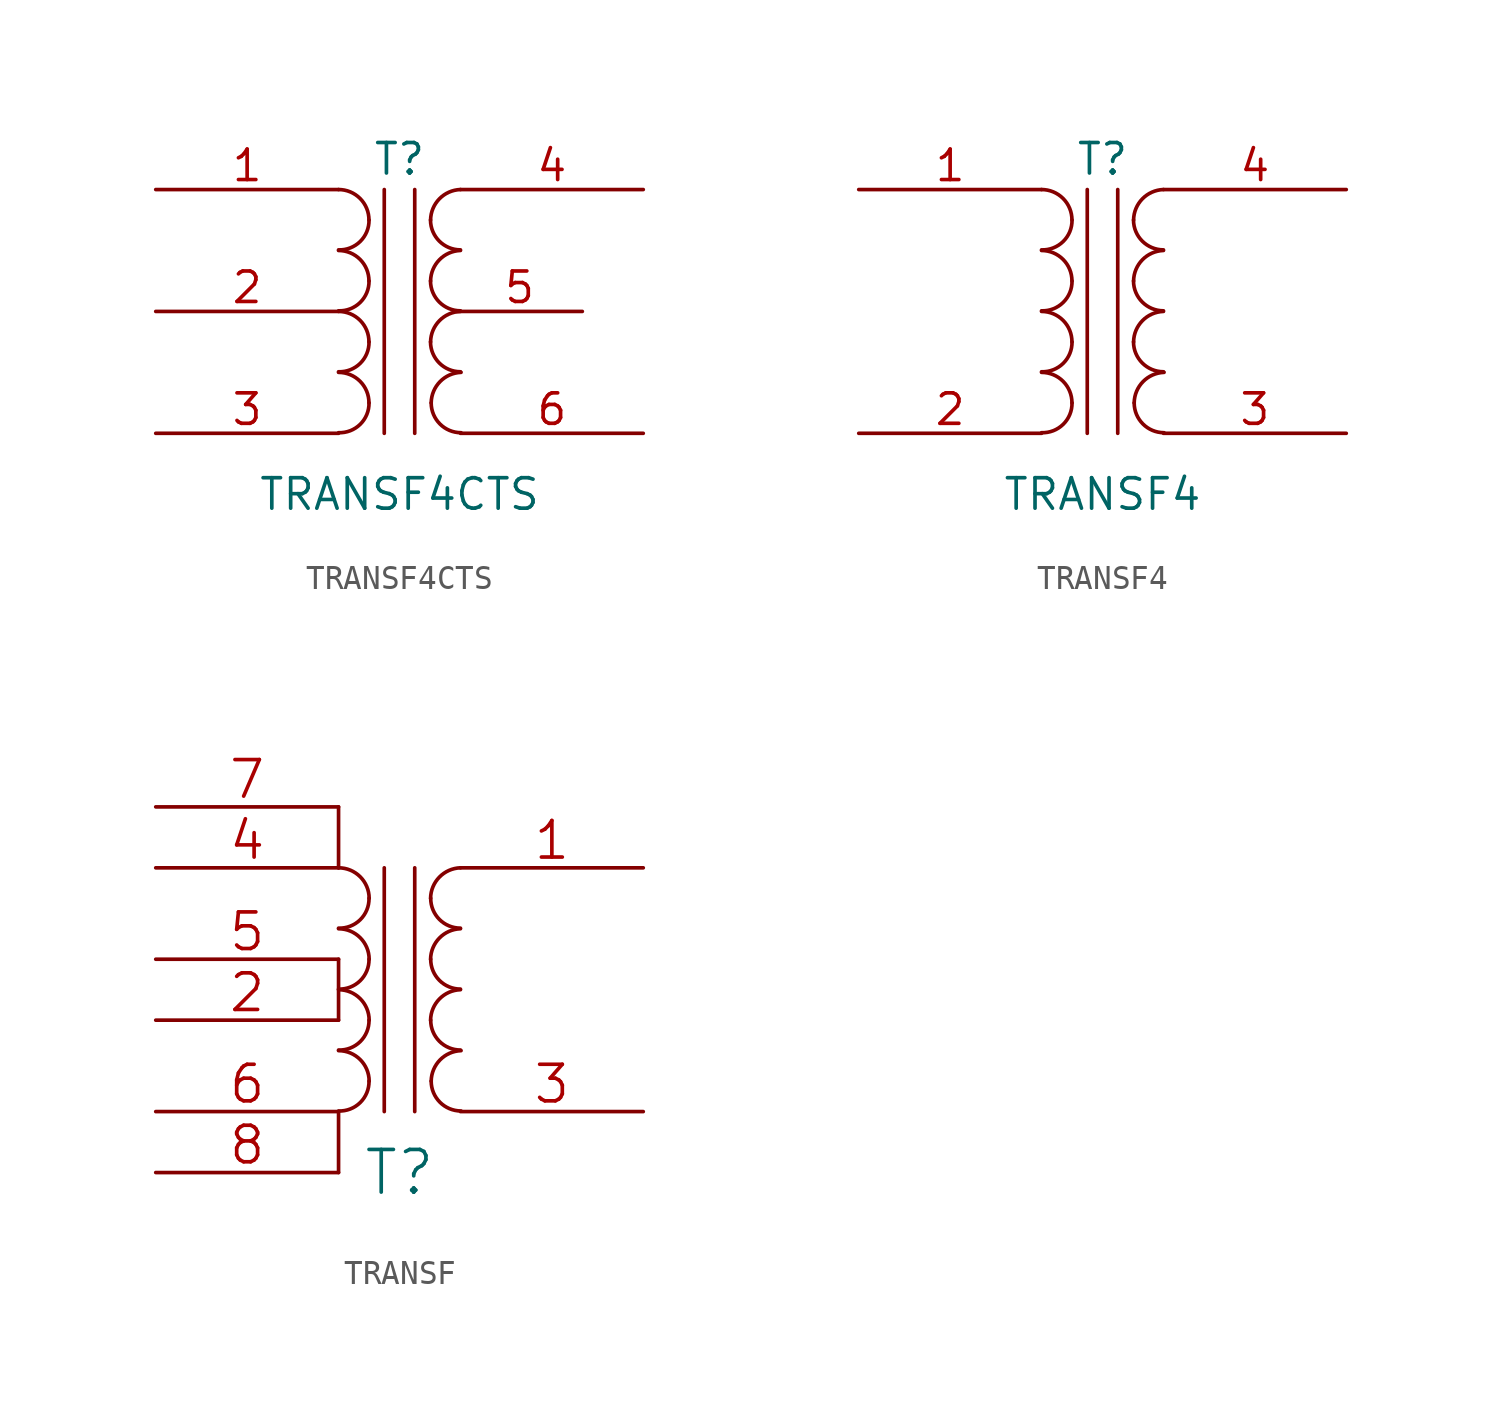
<source format=kicad_sym>
(kicad_symbol_lib
  (version 20210619)
  (generator kicad_symbol_editor)
  (symbol "hermeslite:TRANSF4CTS"
    (pin_names
      (offset 1.016) hide)
    (property "Reference" "T"
      (at 0 6.35 0)
      (effects (font (size 1.27 1.27))))
    (property "Value" "TRANSF4CTS"
      (at 0 -7.62 0)
      (effects (font (size 1.27 1.27))))
    (property "Footprint" ""
      (at 0 0 0)
      (effects (font (size 1.27 1.27))))
    (property "Datasheet" ""
      (at 0 0 0)
      (effects (font (size 1.27 1.27))))
    (symbol "TRANSF4CTS_0_1"
      (arc (start -2.54 -2.54) (end -1.27 -3.81) (radius (at -2.54 -3.81) (length 1.27) (angles 89.9 0.1)) (stroke (width 0)) (fill (type none)))
      (arc (start -1.27 -3.81) (end -2.54 -5.0546) (radius (at -2.54 -3.81) (length 1.27) (angles -0.1 -89.9)) (stroke (width 0)) (fill (type none)))
      (arc (start -2.54 0) (end -1.27 -1.27) (radius (at -2.54 -1.27) (length 1.27) (angles 89.9 0.1)) (stroke (width 0)) (fill (type none)))
      (arc (start -1.27 -1.27) (end -2.54 -2.5146) (radius (at -2.54 -1.27) (length 1.27) (angles -0.1 -89.9)) (stroke (width 0)) (fill (type none)))
      (arc (start -2.54 2.54) (end -1.27 1.27) (radius (at -2.54 1.27) (length 1.27) (angles 89.9 0.1)) (stroke (width 0)) (fill (type none)))
      (arc (start -1.27 1.27) (end -2.54 0.0254) (radius (at -2.54 1.27) (length 1.27) (angles -0.1 -89.9)) (stroke (width 0)) (fill (type none)))
      (arc (start -2.54 5.08) (end -1.27 3.81) (radius (at -2.54 3.81) (length 1.27) (angles 89.9 0.1)) (stroke (width 0)) (fill (type none)))
      (arc (start -1.27 3.81) (end -2.54 2.5654) (radius (at -2.54 3.81) (length 1.27) (angles -0.1 -89.9)) (stroke (width 0)) (fill (type none)))
      (arc (start 2.54 0) (end 1.2954 -1.27) (radius (at 2.54 -1.27) (length 1.27) (angles 89.9 -179.9)) (stroke (width 0)) (fill (type none)))
      (arc (start 1.2954 -1.27) (end 2.54 -2.5146) (radius (at 2.54 -1.27) (length 1.27) (angles 179.9 -89.9)) (stroke (width 0)) (fill (type none)))
      (arc (start 2.54 2.54) (end 1.2954 1.27) (radius (at 2.54 1.27) (length 1.27) (angles 89.9 -179.9)) (stroke (width 0)) (fill (type none)))
      (arc (start 1.2954 1.27) (end 2.54 0.0254) (radius (at 2.54 1.27) (length 1.27) (angles 179.9 -89.9)) (stroke (width 0)) (fill (type none)))
      (arc (start 2.54 5.08) (end 1.2954 3.81) (radius (at 2.54 3.81) (length 1.27) (angles 89.9 -179.9)) (stroke (width 0)) (fill (type none)))
      (arc (start 1.2954 3.81) (end 2.54 2.5654) (radius (at 2.54 3.81) (length 1.27) (angles 179.9 -89.9)) (stroke (width 0)) (fill (type none)))
      (arc (start 2.5654 -2.54) (end 1.3208 -3.81) (radius (at 2.5654 -3.81) (length 1.27) (angles 91 -179.9)) (stroke (width 0)) (fill (type none)))
      (arc (start 2.5654 -5.0546) (end 1.3208 -3.81) (radius (at 2.5654 -3.81) (length 1.27) (angles -91.2 -179.9)) (stroke (width 0)) (fill (type none)))
      (polyline (pts (xy -0.635 5.08) (xy -0.635 -5.08)) (stroke (width 0)) (fill (type none)))
      (polyline (pts (xy 0.635 -5.08) (xy 0.635 5.08)) (stroke (width 0)) (fill (type none))))
    (symbol "TRANSF4CTS_1_1"
      (pin passive line (at -10.16 5.08 0) (length 7.62) (name "PR1" (effects (font (size 1.27 1.27)))) (number "1" (effects (font (size 1.27 1.27)))))
      (pin passive line (at -10.16 0 0) (length 7.62) (name "PM" (effects (font (size 1.27 1.27)))) (number "2" (effects (font (size 1.27 1.27)))))
      (pin passive line (at -10.16 -5.08 0) (length 7.62) (name "PR2" (effects (font (size 1.27 1.27)))) (number "3" (effects (font (size 1.27 1.27)))))
      (pin passive line (at 10.16 5.08 180) (length 7.62) (name "S2" (effects (font (size 1.27 1.27)))) (number "4" (effects (font (size 1.27 1.27)))))
      (pin passive line (at 7.62 0 180) (length 5.232) (name "~" (effects (font (size 1.27 1.27)))) (number "5" (effects (font (size 1.27 1.27)))))
      (pin passive line (at 10.16 -5.08 180) (length 7.62) (name "S1" (effects (font (size 1.27 1.27)))) (number "6" (effects (font (size 1.27 1.27)))))))
  (symbol "hermeslite:TRANSF4"
    (pin_names
      (offset 1.016) hide)
    (property "Reference" "T"
      (at 0 6.35 0)
      (effects (font (size 1.27 1.27))))
    (property "Value" "TRANSF4"
      (at 0 -7.62 0)
      (effects (font (size 1.27 1.27))))
    (property "Footprint" ""
      (at 0 0 0)
      (effects (font (size 1.27 1.27))))
    (property "Datasheet" ""
      (at 0 0 0)
      (effects (font (size 1.27 1.27))))
    (symbol "TRANSF4_0_1"
      (arc (start -2.54 -2.54) (end -1.27 -3.81) (radius (at -2.54 -3.81) (length 1.27) (angles 89.9 0.1)) (stroke (width 0)) (fill (type none)))
      (arc (start -1.27 -3.81) (end -2.54 -5.0546) (radius (at -2.54 -3.81) (length 1.27) (angles -0.1 -89.9)) (stroke (width 0)) (fill (type none)))
      (arc (start -2.54 0) (end -1.27 -1.27) (radius (at -2.54 -1.27) (length 1.27) (angles 89.9 0.1)) (stroke (width 0)) (fill (type none)))
      (arc (start -1.27 -1.27) (end -2.54 -2.5146) (radius (at -2.54 -1.27) (length 1.27) (angles -0.1 -89.9)) (stroke (width 0)) (fill (type none)))
      (arc (start -2.54 2.54) (end -1.27 1.27) (radius (at -2.54 1.27) (length 1.27) (angles 89.9 0.1)) (stroke (width 0)) (fill (type none)))
      (arc (start -1.27 1.27) (end -2.54 0.0254) (radius (at -2.54 1.27) (length 1.27) (angles -0.1 -89.9)) (stroke (width 0)) (fill (type none)))
      (arc (start -2.54 5.08) (end -1.27 3.81) (radius (at -2.54 3.81) (length 1.27) (angles 89.9 0.1)) (stroke (width 0)) (fill (type none)))
      (arc (start -1.27 3.81) (end -2.54 2.5654) (radius (at -2.54 3.81) (length 1.27) (angles -0.1 -89.9)) (stroke (width 0)) (fill (type none)))
      (arc (start 2.54 0) (end 1.2954 -1.27) (radius (at 2.54 -1.27) (length 1.27) (angles 89.9 -179.9)) (stroke (width 0)) (fill (type none)))
      (arc (start 1.2954 -1.27) (end 2.54 -2.5146) (radius (at 2.54 -1.27) (length 1.27) (angles 179.9 -89.9)) (stroke (width 0)) (fill (type none)))
      (arc (start 2.54 2.54) (end 1.2954 1.27) (radius (at 2.54 1.27) (length 1.27) (angles 89.9 -179.9)) (stroke (width 0)) (fill (type none)))
      (arc (start 1.2954 1.27) (end 2.54 0.0254) (radius (at 2.54 1.27) (length 1.27) (angles 179.9 -89.9)) (stroke (width 0)) (fill (type none)))
      (arc (start 2.54 5.08) (end 1.2954 3.81) (radius (at 2.54 3.81) (length 1.27) (angles 89.9 -179.9)) (stroke (width 0)) (fill (type none)))
      (arc (start 1.2954 3.81) (end 2.54 2.5654) (radius (at 2.54 3.81) (length 1.27) (angles 179.9 -89.9)) (stroke (width 0)) (fill (type none)))
      (arc (start 2.5654 -2.54) (end 1.3208 -3.81) (radius (at 2.5654 -3.81) (length 1.27) (angles 91 -179.9)) (stroke (width 0)) (fill (type none)))
      (arc (start 2.5654 -5.0546) (end 1.3208 -3.81) (radius (at 2.5654 -3.81) (length 1.27) (angles -91.2 -179.9)) (stroke (width 0)) (fill (type none)))
      (polyline (pts (xy -0.635 5.08) (xy -0.635 -5.08)) (stroke (width 0)) (fill (type none)))
      (polyline (pts (xy 0.635 -5.08) (xy 0.635 5.08)) (stroke (width 0)) (fill (type none))))
    (symbol "TRANSF4_1_1"
      (pin passive line (at -10.16 5.08 0) (length 7.62) (name "PR1" (effects (font (size 1.27 1.27)))) (number "1" (effects (font (size 1.27 1.27)))))
      (pin passive line (at -10.16 -5.08 0) (length 7.62) (name "PR2" (effects (font (size 1.27 1.27)))) (number "2" (effects (font (size 1.27 1.27)))))
      (pin passive line (at 10.16 -5.08 180) (length 7.62) (name "S1" (effects (font (size 1.27 1.27)))) (number "3" (effects (font (size 1.27 1.27)))))
      (pin passive line (at 10.16 5.08 180) (length 7.62) (name "S2" (effects (font (size 1.27 1.27)))) (number "4" (effects (font (size 1.27 1.27)))))))
  (symbol "hermeslite:TRANSF"
    (pin_names
      (offset 1.016) hide)
    (property "Reference" "T"
      (at 0 -7.62 0)
      (effects (font (size 1.778 1.778))))
    (property "Footprint" ""
      (at 0 0 0)
      (effects (font (size 1.524 1.524))))
    (property "Datasheet" ""
      (at 0 0 0)
      (effects (font (size 1.524 1.524))))
    (symbol "TRANSF_0_1"
      (arc (start -2.54 -2.54) (end -1.27 -3.81) (radius (at -2.54 -3.81) (length 1.27) (angles 89.9 0.1)) (stroke (width 0)) (fill (type none)))
      (arc (start -1.27 -3.81) (end -2.54 -5.0546) (radius (at -2.54 -3.81) (length 1.27) (angles -0.1 -89.9)) (stroke (width 0)) (fill (type none)))
      (arc (start -2.54 0) (end -1.27 -1.27) (radius (at -2.54 -1.27) (length 1.27) (angles 89.9 0.1)) (stroke (width 0)) (fill (type none)))
      (arc (start -1.27 -1.27) (end -2.54 -2.5146) (radius (at -2.54 -1.27) (length 1.27) (angles -0.1 -89.9)) (stroke (width 0)) (fill (type none)))
      (arc (start -2.54 2.54) (end -1.27 1.27) (radius (at -2.54 1.27) (length 1.27) (angles 89.9 0.1)) (stroke (width 0)) (fill (type none)))
      (arc (start -1.27 1.27) (end -2.54 0.0254) (radius (at -2.54 1.27) (length 1.27) (angles -0.1 -89.9)) (stroke (width 0)) (fill (type none)))
      (arc (start -2.54 5.08) (end -1.27 3.81) (radius (at -2.54 3.81) (length 1.27) (angles 89.9 0.1)) (stroke (width 0)) (fill (type none)))
      (arc (start -1.27 3.81) (end -2.54 2.5654) (radius (at -2.54 3.81) (length 1.27) (angles -0.1 -89.9)) (stroke (width 0)) (fill (type none)))
      (arc (start 2.54 0) (end 1.2954 -1.27) (radius (at 2.54 -1.27) (length 1.27) (angles 89.9 -179.9)) (stroke (width 0)) (fill (type none)))
      (arc (start 1.2954 -1.27) (end 2.54 -2.5146) (radius (at 2.54 -1.27) (length 1.27) (angles 179.9 -89.9)) (stroke (width 0)) (fill (type none)))
      (arc (start 2.54 2.54) (end 1.2954 1.27) (radius (at 2.54 1.27) (length 1.27) (angles 89.9 -179.9)) (stroke (width 0)) (fill (type none)))
      (arc (start 1.2954 1.27) (end 2.54 0.0254) (radius (at 2.54 1.27) (length 1.27) (angles 179.9 -89.9)) (stroke (width 0)) (fill (type none)))
      (arc (start 2.54 5.08) (end 1.2954 3.81) (radius (at 2.54 3.81) (length 1.27) (angles 89.9 -179.9)) (stroke (width 0)) (fill (type none)))
      (arc (start 1.2954 3.81) (end 2.54 2.5654) (radius (at 2.54 3.81) (length 1.27) (angles 179.9 -89.9)) (stroke (width 0)) (fill (type none)))
      (arc (start 2.5654 -2.54) (end 1.3208 -3.81) (radius (at 2.5654 -3.81) (length 1.27) (angles 91 -179.9)) (stroke (width 0)) (fill (type none)))
      (arc (start 2.5654 -5.0546) (end 1.3208 -3.81) (radius (at 2.5654 -3.81) (length 1.27) (angles -91.2 -179.9)) (stroke (width 0)) (fill (type none)))
      (polyline (pts (xy -2.54 -5.08) (xy -2.54 -7.62)) (stroke (width 0)) (fill (type none)))
      (polyline (pts (xy -2.54 1.27) (xy -2.54 -1.27)) (stroke (width 0)) (fill (type none)))
      (polyline (pts (xy -2.54 7.62) (xy -2.54 5.08)) (stroke (width 0)) (fill (type none)))
      (polyline (pts (xy -0.635 5.08) (xy -0.635 -5.08)) (stroke (width 0)) (fill (type none)))
      (polyline (pts (xy 0.635 -5.08) (xy 0.635 5.08)) (stroke (width 0)) (fill (type none))))
    (symbol "TRANSF_1_1"
      (pin passive line (at 10.16 5.08 180) (length 7.62) (name "S2" (effects (font (size 1.524 1.524)))) (number "1" (effects (font (size 1.524 1.524)))))
      (pin input line (at -10.16 -1.27 0) (length 7.62) (name "~" (effects (font (size 1.524 1.524)))) (number "2" (effects (font (size 1.524 1.524)))))
      (pin passive line (at 10.16 -5.08 180) (length 7.62) (name "S1" (effects (font (size 1.524 1.524)))) (number "3" (effects (font (size 1.524 1.524)))))
      (pin passive line (at -10.16 5.08 0) (length 7.62) (name "PR1" (effects (font (size 1.524 1.524)))) (number "4" (effects (font (size 1.524 1.524)))))
      (pin passive line (at -10.16 1.27 0) (length 7.62) (name "PM" (effects (font (size 1.524 1.524)))) (number "5" (effects (font (size 1.524 1.524)))))
      (pin passive line (at -10.16 -5.08 0) (length 7.62) (name "PR2" (effects (font (size 1.524 1.524)))) (number "6" (effects (font (size 1.524 1.524)))))
      (pin input line (at -10.16 7.62 0) (length 7.62) (name "~" (effects (font (size 1.524 1.524)))) (number "7" (effects (font (size 1.524 1.524)))))
      (pin input line (at -10.16 -7.62 0) (length 7.62) (name "~" (effects (font (size 1.524 1.524)))) (number "8" (effects (font (size 1.524 1.524))))))))
</source>
